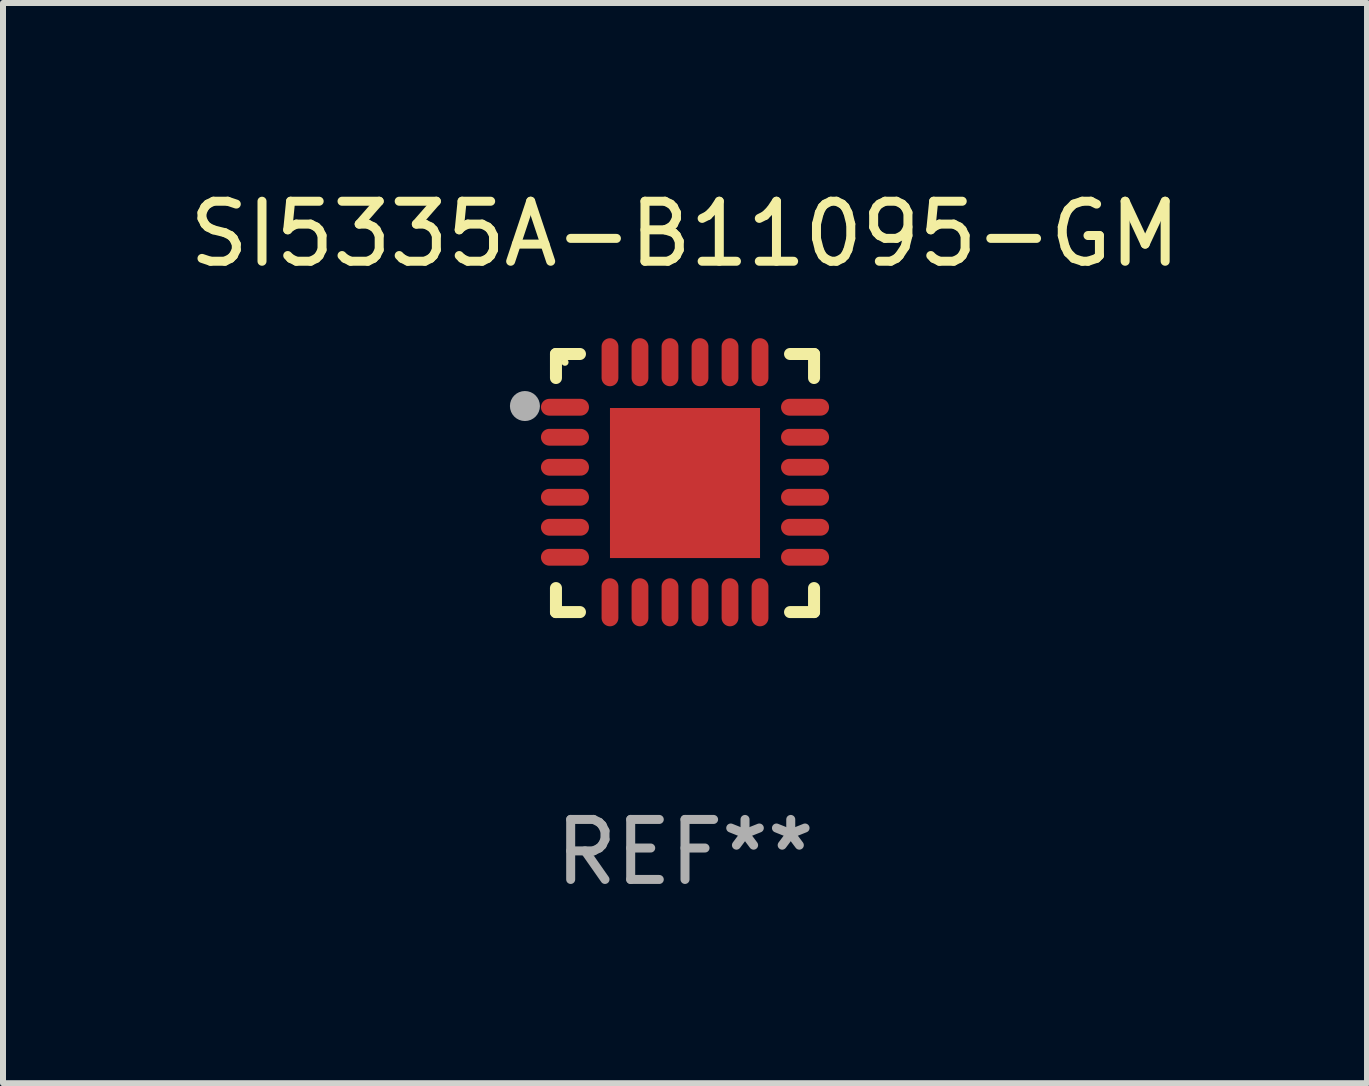
<source format=kicad_pcb>
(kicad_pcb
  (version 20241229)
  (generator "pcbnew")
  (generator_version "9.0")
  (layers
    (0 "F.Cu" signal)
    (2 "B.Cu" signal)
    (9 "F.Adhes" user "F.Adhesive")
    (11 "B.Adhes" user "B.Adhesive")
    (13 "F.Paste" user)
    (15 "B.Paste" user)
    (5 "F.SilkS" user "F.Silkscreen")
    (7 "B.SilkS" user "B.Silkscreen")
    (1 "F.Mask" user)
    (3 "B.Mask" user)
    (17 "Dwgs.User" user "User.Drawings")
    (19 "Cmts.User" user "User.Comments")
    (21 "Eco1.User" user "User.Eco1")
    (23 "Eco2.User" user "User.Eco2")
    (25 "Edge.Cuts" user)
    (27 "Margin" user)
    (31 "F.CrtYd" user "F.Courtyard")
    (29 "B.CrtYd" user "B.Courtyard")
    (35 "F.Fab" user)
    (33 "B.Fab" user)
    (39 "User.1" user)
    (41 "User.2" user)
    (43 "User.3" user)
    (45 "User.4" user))
  (footprint "SI5335A-B11095-GM"
    (layer "F.Cu")
    (at 8.363 4.998)
    (property "Reference" "SI5335A-B11095-GM" (at 0 -4.15 0) (layer "F.SilkS") (effects (font (size 1 1) (thickness 0.15))))
    (attr through_hole)
    (fp_line (start -2.15 -2.15) (end -1.75 -2.15) (stroke (width 0.2) (type solid)) (layer "F.SilkS"))
    (fp_line (start -2.15 -1.75) (end -2.15 -2.15) (stroke (width 0.2) (type solid)) (layer "F.SilkS"))
    (fp_line (start -2.15 2.15) (end -2.15 1.75) (stroke (width 0.2) (type solid)) (layer "F.SilkS"))
    (fp_line (start -1.75 2.15) (end -2.15 2.15) (stroke (width 0.2) (type solid)) (layer "F.SilkS"))
    (fp_line (start 1.75 -2.15) (end 2.15 -2.15) (stroke (width 0.2) (type solid)) (layer "F.SilkS"))
    (fp_line (start 1.75 2.15) (end 2.15 2.15) (stroke (width 0.2) (type solid)) (layer "F.SilkS"))
    (fp_line (start 2.15 -2.15) (end 2.15 -1.75) (stroke (width 0.2) (type solid)) (layer "F.SilkS"))
    (fp_line (start 2.15 2.15) (end 2.15 1.75) (stroke (width 0.2) (type solid)) (layer "F.SilkS"))
    (fp_circle (center -2 -2.013) (end -1.97 -2.013) (stroke (width 0.06) (type solid)) (fill no) (layer "F.SilkS"))
    (fp_circle (center -2.667 -1.283) (end -2.542 -1.283) (stroke (width 0.25) (type solid)) (fill no) (layer "F.Fab"))
    (fp_text user "REF**" (at 0 6.15 0) (layer "F.Fab") (effects (font (size 1 1) (thickness 0.15))))
    (pad "1" smd oval (at -2 -1.263) (size 0.8 0.28) (layers "F.Cu" "F.Mask" "F.Paste"))
    (pad "2" smd oval (at -2 -0.763) (size 0.8 0.28) (layers "F.Cu" "F.Mask" "F.Paste"))
    (pad "3" smd oval (at -2 -0.263) (size 0.8 0.28) (layers "F.Cu" "F.Mask" "F.Paste"))
    (pad "4" smd oval (at -2 0.237) (size 0.8 0.28) (layers "F.Cu" "F.Mask" "F.Paste"))
    (pad "5" smd oval (at -2 0.737) (size 0.8 0.28) (layers "F.Cu" "F.Mask" "F.Paste"))
    (pad "6" smd oval (at -2 1.237) (size 0.8 0.28) (layers "F.Cu" "F.Mask" "F.Paste"))
    (pad "7" smd oval (at -1.25 1.987) (size 0.28 0.8) (layers "F.Cu" "F.Mask" "F.Paste"))
    (pad "8" smd oval (at -0.75 1.987) (size 0.28 0.8) (layers "F.Cu" "F.Mask" "F.Paste"))
    (pad "9" smd oval (at -0.25 1.987) (size 0.28 0.8) (layers "F.Cu" "F.Mask" "F.Paste"))
    (pad "10" smd oval (at 0.25 1.987) (size 0.28 0.8) (layers "F.Cu" "F.Mask" "F.Paste"))
    (pad "11" smd oval (at 0.75 1.987) (size 0.28 0.8) (layers "F.Cu" "F.Mask" "F.Paste"))
    (pad "12" smd oval (at 1.25 1.987) (size 0.28 0.8) (layers "F.Cu" "F.Mask" "F.Paste"))
    (pad "13" smd oval (at 2 1.237) (size 0.8 0.28) (layers "F.Cu" "F.Mask" "F.Paste"))
    (pad "14" smd oval (at 2 0.737) (size 0.8 0.28) (layers "F.Cu" "F.Mask" "F.Paste"))
    (pad "15" smd oval (at 2 0.237) (size 0.8 0.28) (layers "F.Cu" "F.Mask" "F.Paste"))
    (pad "16" smd oval (at 2 -0.263) (size 0.8 0.28) (layers "F.Cu" "F.Mask" "F.Paste"))
    (pad "17" smd oval (at 2 -0.763) (size 0.8 0.28) (layers "F.Cu" "F.Mask" "F.Paste"))
    (pad "18" smd oval (at 2 -1.263) (size 0.8 0.28) (layers "F.Cu" "F.Mask" "F.Paste"))
    (pad "19" smd oval (at 1.25 -2.013) (size 0.28 0.8) (layers "F.Cu" "F.Mask" "F.Paste"))
    (pad "20" smd oval (at 0.75 -2.013) (size 0.28 0.8) (layers "F.Cu" "F.Mask" "F.Paste"))
    (pad "21" smd oval (at 0.25 -2.013) (size 0.28 0.8) (layers "F.Cu" "F.Mask" "F.Paste"))
    (pad "22" smd oval (at -0.25 -2.013) (size 0.28 0.8) (layers "F.Cu" "F.Mask" "F.Paste"))
    (pad "23" smd oval (at -0.75 -2.013) (size 0.28 0.8) (layers "F.Cu" "F.Mask" "F.Paste"))
    (pad "24" smd oval (at -1.25 -2.013) (size 0.28 0.8) (layers "F.Cu" "F.Mask" "F.Paste"))
    (pad "25" smd rect (at -0.000127 -0.00014) (size 2.5 2.5) (layers "F.Cu" "F.Mask" "F.Paste")))
  (gr_rect
    (start -3 -3)
    (end 19.726 14.997)
    (stroke (width 0.1) (type default))
    (fill no)
    (layer "Edge.Cuts")))
</source>
